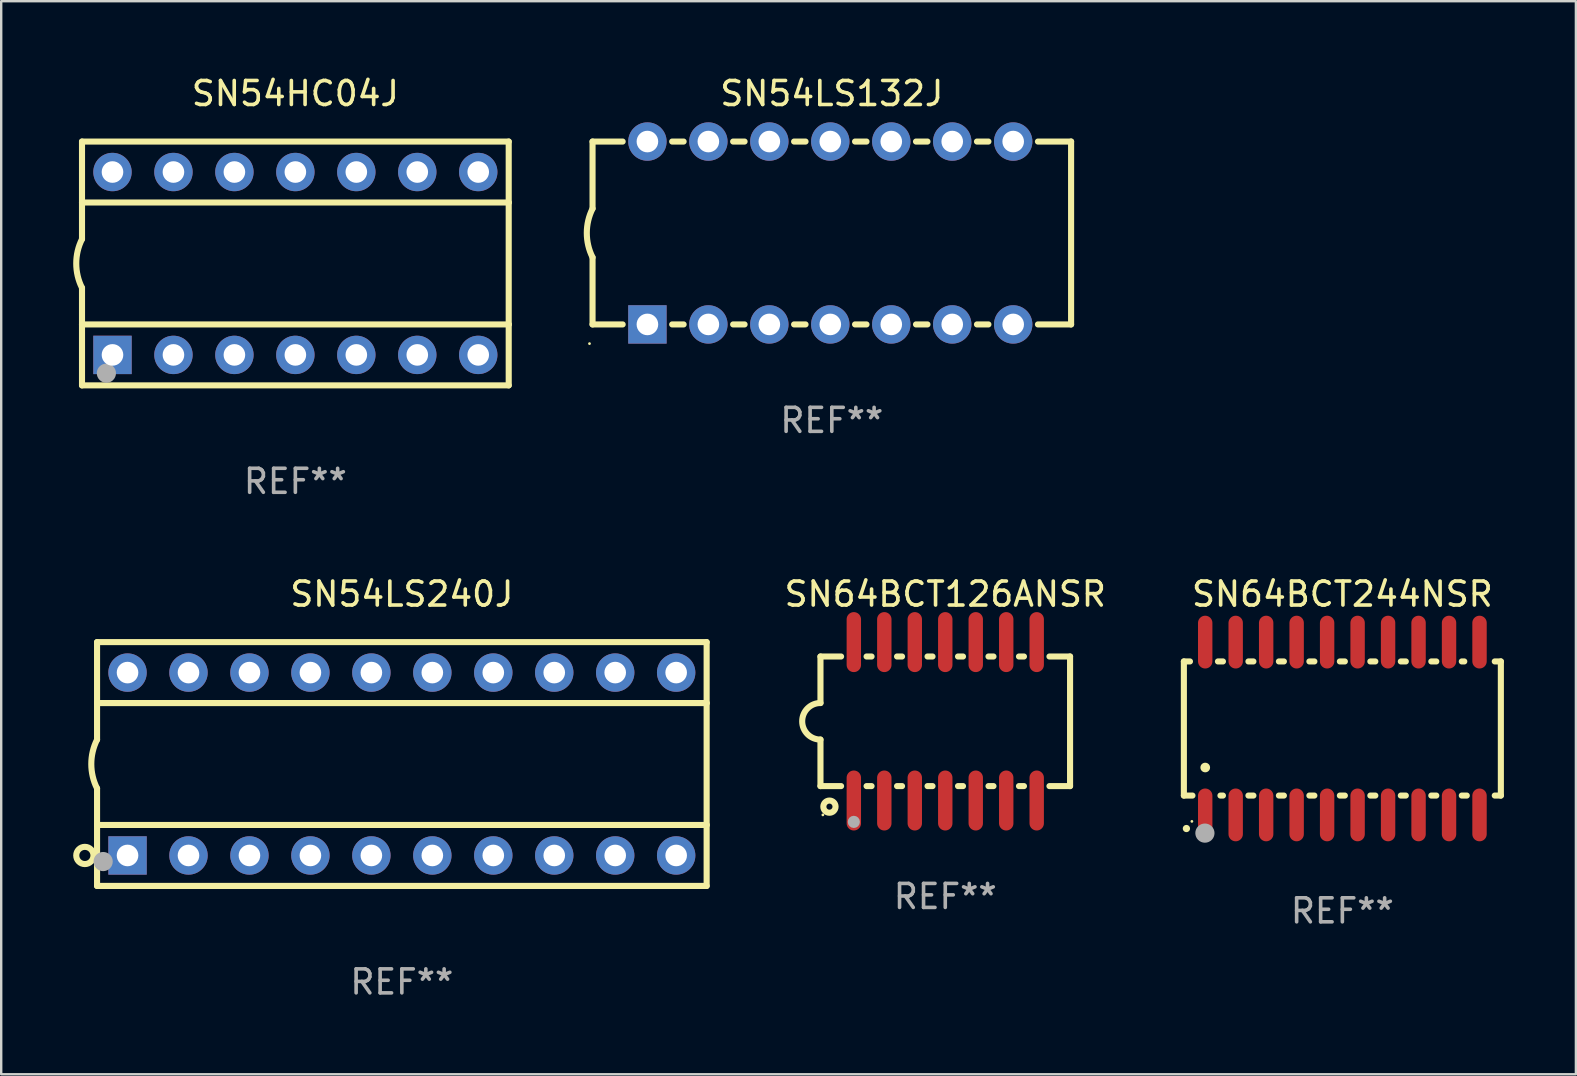
<source format=kicad_pcb>
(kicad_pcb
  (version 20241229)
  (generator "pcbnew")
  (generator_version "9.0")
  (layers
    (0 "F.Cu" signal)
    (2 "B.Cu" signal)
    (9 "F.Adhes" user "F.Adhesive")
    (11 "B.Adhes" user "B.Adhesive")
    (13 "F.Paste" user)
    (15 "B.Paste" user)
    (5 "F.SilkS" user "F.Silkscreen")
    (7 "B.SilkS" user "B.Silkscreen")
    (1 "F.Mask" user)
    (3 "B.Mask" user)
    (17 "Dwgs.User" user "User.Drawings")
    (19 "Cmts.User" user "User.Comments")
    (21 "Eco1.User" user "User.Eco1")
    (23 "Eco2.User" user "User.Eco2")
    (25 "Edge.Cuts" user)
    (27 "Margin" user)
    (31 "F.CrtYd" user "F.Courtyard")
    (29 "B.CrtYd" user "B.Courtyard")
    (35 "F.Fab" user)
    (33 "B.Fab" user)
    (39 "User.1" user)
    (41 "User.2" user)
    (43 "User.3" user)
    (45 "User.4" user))
  (footprint "SN54HC04J"
    (layer "F.Cu")
    (at 9.257 7.928)
    (property "Reference" "SN54HC04J" (at 0 -7.08 0) (layer "F.SilkS") (effects (font (size 1 1) (thickness 0.15))))
    (attr through_hole)
    (fp_line (start -8.89 -5.08) (end -8.89 -2.54) (stroke (width 0.254) (type solid)) (layer "F.SilkS"))
    (fp_line (start -8.89 -2.54) (end -8.89 -1.016) (stroke (width 0.254) (type solid)) (layer "F.SilkS"))
    (fp_line (start -8.89 -2.54) (end 8.89 -2.54) (stroke (width 0.254) (type solid)) (layer "F.SilkS"))
    (fp_line (start -8.89 2.54) (end -8.89 1.016) (stroke (width 0.254) (type solid)) (layer "F.SilkS"))
    (fp_line (start -8.89 2.54) (end 8.89 2.54) (stroke (width 0.254) (type solid)) (layer "F.SilkS"))
    (fp_line (start -8.89 5.08) (end -8.89 2.54) (stroke (width 0.254) (type solid)) (layer "F.SilkS"))
    (fp_line (start -8.89 5.08) (end 8.89 5.08) (stroke (width 0.254) (type solid)) (layer "F.SilkS"))
    (fp_line (start 8.89 -5.08) (end -8.89 -5.08) (stroke (width 0.254) (type solid)) (layer "F.SilkS"))
    (fp_line (start 8.89 -5.08) (end 8.89 -2.54) (stroke (width 0.254) (type solid)) (layer "F.SilkS"))
    (fp_line (start 8.89 -2.54) (end 8.89 2.54) (stroke (width 0.254) (type solid)) (layer "F.SilkS"))
    (fp_line (start 8.89 2.54) (end 8.89 5.08) (stroke (width 0.254) (type solid)) (layer "F.SilkS"))
    (fp_arc (start -8.89 1.016) (mid -9.129845 0) (end -8.89 -1.016) (stroke (width 0.254001) (type solid)) (layer "F.SilkS"))
    (fp_circle (center -8.89 5.05) (end -8.86 5.05) (stroke (width 0.06) (type solid)) (fill no) (layer "F.SilkS"))
    (fp_circle (center -7.874 4.572) (end -7.674 4.572) (stroke (width 0.4) (type solid)) (fill no) (layer "F.Fab"))
    (fp_text user "REF**" (at 0 9.08 0) (layer "F.Fab") (effects (font (size 1 1) (thickness 0.15))))
    (pad "1" thru_hole rect (at -7.62 3.81) (size 1.6 1.6) (drill 0.9) (layers "*.Cu" "*.Mask"))
    (pad "2" thru_hole circle (at -5.08 3.81) (size 1.6 1.6) (drill 0.9) (layers "*.Cu" "*.Mask"))
    (pad "3" thru_hole circle (at -2.54 3.81) (size 1.6 1.6) (drill 0.9) (layers "*.Cu" "*.Mask"))
    (pad "4" thru_hole circle (at 0 3.81) (size 1.6 1.6) (drill 0.9) (layers "*.Cu" "*.Mask"))
    (pad "5" thru_hole circle (at 2.54 3.81) (size 1.6 1.6) (drill 0.9) (layers "*.Cu" "*.Mask"))
    (pad "6" thru_hole circle (at 5.08 3.81) (size 1.6 1.6) (drill 0.9) (layers "*.Cu" "*.Mask"))
    (pad "7" thru_hole circle (at 7.62 3.81) (size 1.6 1.6) (drill 0.9) (layers "*.Cu" "*.Mask"))
    (pad "8" thru_hole circle (at 7.62 -3.81) (size 1.6 1.6) (drill 0.9) (layers "*.Cu" "*.Mask"))
    (pad "9" thru_hole circle (at 5.08 -3.81) (size 1.6 1.6) (drill 0.9) (layers "*.Cu" "*.Mask"))
    (pad "10" thru_hole circle (at 2.54 -3.81) (size 1.6 1.6) (drill 0.9) (layers "*.Cu" "*.Mask"))
    (pad "11" thru_hole circle (at 0 -3.81) (size 1.6 1.6) (drill 0.9) (layers "*.Cu" "*.Mask"))
    (pad "12" thru_hole circle (at -2.54 -3.81) (size 1.6 1.6) (drill 0.9) (layers "*.Cu" "*.Mask"))
    (pad "13" thru_hole circle (at -5.08 -3.81) (size 1.6 1.6) (drill 0.9) (layers "*.Cu" "*.Mask"))
    (pad "14" thru_hole circle (at -7.62 -3.81) (size 1.6 1.6) (drill 0.9) (layers "*.Cu" "*.Mask")))
  (footprint "SN54LS132J"
    (layer "F.Cu")
    (at 31.61 6.658)
    (property "Reference" "SN54LS132J" (at 0 -5.81 0) (layer "F.SilkS") (effects (font (size 1 1) (thickness 0.15))))
    (attr through_hole)
    (fp_line (start -9.97 -3.81) (end -9.97 -1.016) (stroke (width 0.254) (type solid)) (layer "F.SilkS"))
    (fp_line (start -9.97 -3.81) (end -8.715 -3.81) (stroke (width 0.254) (type solid)) (layer "F.SilkS"))
    (fp_line (start -9.97 3.81) (end -9.97 1.016) (stroke (width 0.254) (type solid)) (layer "F.SilkS"))
    (fp_line (start -8.715 3.81) (end -9.97 3.81) (stroke (width 0.254) (type solid)) (layer "F.SilkS"))
    (fp_line (start -6.652 -3.81) (end -6.175 -3.81) (stroke (width 0.254) (type solid)) (layer "F.SilkS"))
    (fp_line (start -6.175 3.81) (end -6.652 3.81) (stroke (width 0.254) (type solid)) (layer "F.SilkS"))
    (fp_line (start -4.112 -3.81) (end -3.635 -3.81) (stroke (width 0.254) (type solid)) (layer "F.SilkS"))
    (fp_line (start -3.635 3.81) (end -4.112 3.81) (stroke (width 0.254) (type solid)) (layer "F.SilkS"))
    (fp_line (start -1.572 -3.81) (end -1.095 -3.81) (stroke (width 0.254) (type solid)) (layer "F.SilkS"))
    (fp_line (start -1.095 3.81) (end -1.572 3.81) (stroke (width 0.254) (type solid)) (layer "F.SilkS"))
    (fp_line (start 0.968 -3.81) (end 1.445 -3.81) (stroke (width 0.254) (type solid)) (layer "F.SilkS"))
    (fp_line (start 1.445 3.81) (end 0.968 3.81) (stroke (width 0.254) (type solid)) (layer "F.SilkS"))
    (fp_line (start 3.508 -3.81) (end 3.985 -3.81) (stroke (width 0.254) (type solid)) (layer "F.SilkS"))
    (fp_line (start 3.985 3.81) (end 3.508 3.81) (stroke (width 0.254) (type solid)) (layer "F.SilkS"))
    (fp_line (start 6.048 -3.81) (end 6.525 -3.81) (stroke (width 0.254) (type solid)) (layer "F.SilkS"))
    (fp_line (start 6.525 3.81) (end 6.048 3.81) (stroke (width 0.254) (type solid)) (layer "F.SilkS"))
    (fp_line (start 8.588 -3.81) (end 9.97 -3.81) (stroke (width 0.254) (type solid)) (layer "F.SilkS"))
    (fp_line (start 9.97 -3.81) (end 9.97 3.81) (stroke (width 0.254) (type solid)) (layer "F.SilkS"))
    (fp_line (start 9.97 3.81) (end 8.588 3.81) (stroke (width 0.254) (type solid)) (layer "F.SilkS"))
    (fp_arc (start -9.96952 1.016002) (mid -10.209366 0) (end -9.96952 -1.016002) (stroke (width 0.254001) (type solid)) (layer "F.SilkS"))
    (fp_circle (center -10.097 4.61) (end -10.067 4.61) (stroke (width 0.06) (type solid)) (fill no) (layer "F.SilkS"))
    (fp_text user "REF**" (at 0 7.81 0) (layer "F.Fab") (effects (font (size 1 1) (thickness 0.15))))
    (pad "1" thru_hole rect (at -7.684 3.81) (size 1.6 1.6) (drill 0.9) (layers "*.Cu" "*.Mask"))
    (pad "2" thru_hole circle (at -5.144 3.81) (size 1.6 1.6) (drill 0.9) (layers "*.Cu" "*.Mask"))
    (pad "3" thru_hole circle (at -2.604 3.81) (size 1.6 1.6) (drill 0.9) (layers "*.Cu" "*.Mask"))
    (pad "4" thru_hole circle (at -0.064 3.81) (size 1.6 1.6) (drill 0.9) (layers "*.Cu" "*.Mask"))
    (pad "5" thru_hole circle (at 2.477 3.81) (size 1.6 1.6) (drill 0.9) (layers "*.Cu" "*.Mask"))
    (pad "6" thru_hole circle (at 5.017 3.81) (size 1.6 1.6) (drill 0.9) (layers "*.Cu" "*.Mask"))
    (pad "7" thru_hole circle (at 7.557 3.81) (size 1.6 1.6) (drill 0.9) (layers "*.Cu" "*.Mask"))
    (pad "8" thru_hole circle (at 7.557 -3.81) (size 1.6 1.6) (drill 0.9) (layers "*.Cu" "*.Mask"))
    (pad "9" thru_hole circle (at 5.017 -3.81) (size 1.6 1.6) (drill 0.9) (layers "*.Cu" "*.Mask"))
    (pad "10" thru_hole circle (at 2.477 -3.81) (size 1.6 1.6) (drill 0.9) (layers "*.Cu" "*.Mask"))
    (pad "11" thru_hole circle (at -0.064 -3.81) (size 1.6 1.6) (drill 0.9) (layers "*.Cu" "*.Mask"))
    (pad "12" thru_hole circle (at -2.604 -3.81) (size 1.6 1.6) (drill 0.9) (layers "*.Cu" "*.Mask"))
    (pad "13" thru_hole circle (at -5.144 -3.81) (size 1.6 1.6) (drill 0.9) (layers "*.Cu" "*.Mask"))
    (pad "14" thru_hole circle (at -7.684 -3.81) (size 1.6 1.6) (drill 0.9) (layers "*.Cu" "*.Mask")))
  (footprint "SN64BCT126ANSR"
    (layer "F.Cu")
    (at 36.337 27.005)
    (property "Reference" "SN64BCT126ANSR" (at 0 -5.3 0) (layer "F.SilkS") (effects (font (size 1 1) (thickness 0.15))))
    (attr through_hole)
    (fp_line (start -5.2 -2.7) (end -5.2 -0.762) (stroke (width 0.254) (type solid)) (layer "F.SilkS"))
    (fp_line (start -5.2 -2.7) (end -4.341 -2.7) (stroke (width 0.254) (type solid)) (layer "F.SilkS"))
    (fp_line (start -5.2 2.7) (end -5.2 0.762) (stroke (width 0.254) (type solid)) (layer "F.SilkS"))
    (fp_line (start -4.341 2.7) (end -5.2 2.7) (stroke (width 0.254) (type solid)) (layer "F.SilkS"))
    (fp_line (start -3.279 -2.7) (end -3.071 -2.7) (stroke (width 0.254) (type solid)) (layer "F.SilkS"))
    (fp_line (start -3.071 2.7) (end -3.279 2.7) (stroke (width 0.254) (type solid)) (layer "F.SilkS"))
    (fp_line (start -2.009 -2.7) (end -1.801 -2.7) (stroke (width 0.254) (type solid)) (layer "F.SilkS"))
    (fp_line (start -1.801 2.7) (end -2.009 2.7) (stroke (width 0.254) (type solid)) (layer "F.SilkS"))
    (fp_line (start -0.739 -2.7) (end -0.531 -2.7) (stroke (width 0.254) (type solid)) (layer "F.SilkS"))
    (fp_line (start -0.531 2.7) (end -0.739 2.7) (stroke (width 0.254) (type solid)) (layer "F.SilkS"))
    (fp_line (start 0.531 -2.7) (end 0.739 -2.7) (stroke (width 0.254) (type solid)) (layer "F.SilkS"))
    (fp_line (start 0.739 2.7) (end 0.531 2.7) (stroke (width 0.254) (type solid)) (layer "F.SilkS"))
    (fp_line (start 1.801 -2.7) (end 2.009 -2.7) (stroke (width 0.254) (type solid)) (layer "F.SilkS"))
    (fp_line (start 2.009 2.7) (end 1.801 2.7) (stroke (width 0.254) (type solid)) (layer "F.SilkS"))
    (fp_line (start 3.071 -2.7) (end 3.279 -2.7) (stroke (width 0.254) (type solid)) (layer "F.SilkS"))
    (fp_line (start 3.279 2.7) (end 3.071 2.7) (stroke (width 0.254) (type solid)) (layer "F.SilkS"))
    (fp_line (start 4.341 -2.7) (end 5.2 -2.7) (stroke (width 0.254) (type solid)) (layer "F.SilkS"))
    (fp_line (start 5.2 2.7) (end 4.341 2.7) (stroke (width 0.254) (type solid)) (layer "F.SilkS"))
    (fp_line (start 5.2 2.7) (end 5.2 -2.7) (stroke (width 0.254) (type solid)) (layer "F.SilkS"))
    (fp_arc (start -5.2 0.762002) (mid -5.961393 -0.000305) (end -5.199391 -0.762002) (stroke (width 0.254001) (type solid)) (layer "F.SilkS"))
    (fp_circle (center -5.1 3.9) (end -5.07 3.9) (stroke (width 0.06) (type solid)) (fill no) (layer "F.SilkS"))
    (fp_circle (center -4.826 3.556) (end -4.572 3.556) (stroke (width 0.254) (type solid)) (fill no) (layer "F.SilkS"))
    (fp_circle (center -3.81 4.191) (end -3.683 4.191) (stroke (width 0.254) (type solid)) (fill no) (layer "F.Fab"))
    (fp_text user "REF**" (at 0 7.3 0) (layer "F.Fab") (effects (font (size 1 1) (thickness 0.15))))
    (pad "1" smd oval (at -3.81 3.3) (size 0.6 2.5) (layers "F.Cu" "F.Mask" "F.Paste"))
    (pad "2" smd oval (at -2.54 3.3) (size 0.6 2.5) (layers "F.Cu" "F.Mask" "F.Paste"))
    (pad "3" smd oval (at -1.27 3.3) (size 0.6 2.5) (layers "F.Cu" "F.Mask" "F.Paste"))
    (pad "4" smd oval (at 0 3.3) (size 0.6 2.5) (layers "F.Cu" "F.Mask" "F.Paste"))
    (pad "5" smd oval (at 1.27 3.3) (size 0.6 2.5) (layers "F.Cu" "F.Mask" "F.Paste"))
    (pad "6" smd oval (at 2.54 3.3) (size 0.6 2.5) (layers "F.Cu" "F.Mask" "F.Paste"))
    (pad "7" smd oval (at 3.81 3.3) (size 0.6 2.5) (layers "F.Cu" "F.Mask" "F.Paste"))
    (pad "8" smd oval (at 3.81 -3.3) (size 0.6 2.5) (layers "F.Cu" "F.Mask" "F.Paste"))
    (pad "9" smd oval (at 2.54 -3.3) (size 0.6 2.5) (layers "F.Cu" "F.Mask" "F.Paste"))
    (pad "10" smd oval (at 1.27 -3.3) (size 0.6 2.5) (layers "F.Cu" "F.Mask" "F.Paste"))
    (pad "11" smd oval (at 0 -3.3) (size 0.6 2.5) (layers "F.Cu" "F.Mask" "F.Paste"))
    (pad "12" smd oval (at -1.27 -3.3) (size 0.6 2.5) (layers "F.Cu" "F.Mask" "F.Paste"))
    (pad "13" smd oval (at -2.54 -3.3) (size 0.6 2.5) (layers "F.Cu" "F.Mask" "F.Paste"))
    (pad "14" smd oval (at -3.81 -3.3) (size 0.6 2.5) (layers "F.Cu" "F.Mask" "F.Paste")))
  (footprint "SN64BCT244NSR"
    (layer "F.Cu")
    (at 52.883 27.305)
    (property "Reference" "SN64BCT244NSR" (at 0 -5.6 0) (layer "F.SilkS") (effects (font (size 1 1) (thickness 0.15))))
    (attr through_hole)
    (fp_line (start -6.604 -2.794) (end -6.604 2.794) (stroke (width 0.254) (type solid)) (layer "F.SilkS"))
    (fp_line (start -6.604 2.794) (end -6.246 2.794) (stroke (width 0.254) (type solid)) (layer "F.SilkS"))
    (fp_line (start -6.35 -2.794) (end -6.604 -2.794) (stroke (width 0.254) (type solid)) (layer "F.SilkS"))
    (fp_line (start -5.184 -2.794) (end -4.976 -2.794) (stroke (width 0.254) (type solid)) (layer "F.SilkS"))
    (fp_line (start -5.08 2.794) (end -4.976 2.794) (stroke (width 0.254) (type solid)) (layer "F.SilkS"))
    (fp_line (start -3.914 -2.794) (end -3.706 -2.794) (stroke (width 0.254) (type solid)) (layer "F.SilkS"))
    (fp_line (start -3.914 2.794) (end -3.706 2.794) (stroke (width 0.254) (type solid)) (layer "F.SilkS"))
    (fp_line (start -2.644 -2.794) (end -2.436 -2.794) (stroke (width 0.254) (type solid)) (layer "F.SilkS"))
    (fp_line (start -2.644 2.794) (end -2.436 2.794) (stroke (width 0.254) (type solid)) (layer "F.SilkS"))
    (fp_line (start -1.374 -2.794) (end -1.166 -2.794) (stroke (width 0.254) (type solid)) (layer "F.SilkS"))
    (fp_line (start -1.374 2.794) (end -1.166 2.794) (stroke (width 0.254) (type solid)) (layer "F.SilkS"))
    (fp_line (start -0.104 -2.794) (end 0.104 -2.794) (stroke (width 0.254) (type solid)) (layer "F.SilkS"))
    (fp_line (start -0.104 2.794) (end 0.104 2.794) (stroke (width 0.254) (type solid)) (layer "F.SilkS"))
    (fp_line (start 1.166 -2.794) (end 1.374 -2.794) (stroke (width 0.254) (type solid)) (layer "F.SilkS"))
    (fp_line (start 1.166 2.794) (end 1.374 2.794) (stroke (width 0.254) (type solid)) (layer "F.SilkS"))
    (fp_line (start 2.436 -2.794) (end 2.644 -2.794) (stroke (width 0.254) (type solid)) (layer "F.SilkS"))
    (fp_line (start 2.436 2.794) (end 2.644 2.794) (stroke (width 0.254) (type solid)) (layer "F.SilkS"))
    (fp_line (start 3.706 -2.794) (end 3.914 -2.794) (stroke (width 0.254) (type solid)) (layer "F.SilkS"))
    (fp_line (start 3.706 2.794) (end 3.914 2.794) (stroke (width 0.254) (type solid)) (layer "F.SilkS"))
    (fp_line (start 4.976 -2.794) (end 5.08 -2.794) (stroke (width 0.254) (type solid)) (layer "F.SilkS"))
    (fp_line (start 4.976 2.794) (end 5.184 2.794) (stroke (width 0.254) (type solid)) (layer "F.SilkS"))
    (fp_line (start 6.35 -2.794) (end 6.604 -2.794) (stroke (width 0.254) (type solid)) (layer "F.SilkS"))
    (fp_line (start 6.604 -2.794) (end 6.604 2.794) (stroke (width 0.254) (type solid)) (layer "F.SilkS"))
    (fp_line (start 6.604 2.794) (end 6.35 2.794) (stroke (width 0.254) (type solid)) (layer "F.SilkS"))
    (fp_arc (start -6.499619 4.167793) (mid -6.498349 4.167788) (end -6.497079 4.167793) (stroke (width 0.3) (type solid)) (layer "F.SilkS"))
    (fp_arc (start -5.715011 1.625603) (mid -5.713741 1.625599) (end -5.712471 1.625603) (stroke (width 0.4) (type solid)) (layer "F.SilkS"))
    (fp_circle (center -6.27 3.87) (end -6.24 3.87) (stroke (width 0.06) (type solid)) (fill no) (layer "F.SilkS"))
    (fp_circle (center -5.727 4.359) (end -5.527 4.359) (stroke (width 0.4) (type solid)) (fill no) (layer "F.Fab"))
    (fp_text user "REF**" (at 0 7.6 0) (layer "F.Fab") (effects (font (size 1 1) (thickness 0.15))))
    (pad "1" smd oval (at -5.715 3.6) (size 0.6 2.2) (layers "F.Cu" "F.Mask" "F.Paste"))
    (pad "2" smd oval (at -4.445 3.6) (size 0.6 2.2) (layers "F.Cu" "F.Mask" "F.Paste"))
    (pad "3" smd oval (at -3.175 3.6) (size 0.6 2.2) (layers "F.Cu" "F.Mask" "F.Paste"))
    (pad "4" smd oval (at -1.905 3.6) (size 0.6 2.2) (layers "F.Cu" "F.Mask" "F.Paste"))
    (pad "5" smd oval (at -0.635 3.6) (size 0.6 2.2) (layers "F.Cu" "F.Mask" "F.Paste"))
    (pad "6" smd oval (at 0.635 3.6) (size 0.6 2.2) (layers "F.Cu" "F.Mask" "F.Paste"))
    (pad "7" smd oval (at 1.905 3.6) (size 0.6 2.2) (layers "F.Cu" "F.Mask" "F.Paste"))
    (pad "8" smd oval (at 3.175 3.6) (size 0.6 2.2) (layers "F.Cu" "F.Mask" "F.Paste"))
    (pad "9" smd oval (at 4.445 3.6) (size 0.6 2.2) (layers "F.Cu" "F.Mask" "F.Paste"))
    (pad "10" smd oval (at 5.715 3.6) (size 0.6 2.2) (layers "F.Cu" "F.Mask" "F.Paste"))
    (pad "11" smd oval (at 5.715 -3.6 180) (size 0.6 2.2) (layers "F.Cu" "F.Mask" "F.Paste"))
    (pad "12" smd oval (at 4.445 -3.6 180) (size 0.6 2.2) (layers "F.Cu" "F.Mask" "F.Paste"))
    (pad "13" smd oval (at 3.175 -3.6 180) (size 0.6 2.2) (layers "F.Cu" "F.Mask" "F.Paste"))
    (pad "14" smd oval (at 1.905 -3.6 180) (size 0.6 2.2) (layers "F.Cu" "F.Mask" "F.Paste"))
    (pad "15" smd oval (at 0.635 -3.6 180) (size 0.6 2.2) (layers "F.Cu" "F.Mask" "F.Paste"))
    (pad "16" smd oval (at -0.635 -3.6 180) (size 0.6 2.2) (layers "F.Cu" "F.Mask" "F.Paste"))
    (pad "17" smd oval (at -1.905 -3.6 180) (size 0.6 2.2) (layers "F.Cu" "F.Mask" "F.Paste"))
    (pad "18" smd oval (at -3.175 -3.6 180) (size 0.6 2.2) (layers "F.Cu" "F.Mask" "F.Paste"))
    (pad "19" smd oval (at -4.445 -3.6 180) (size 0.6 2.2) (layers "F.Cu" "F.Mask" "F.Paste"))
    (pad "20" smd oval (at -5.715 -3.6 180) (size 0.6 2.2) (layers "F.Cu" "F.Mask" "F.Paste")))
  (footprint "SN54LS240J"
    (layer "F.Cu")
    (at 13.694 28.785)
    (property "Reference" "SN54LS240J" (at 0 -7.08 0) (layer "F.SilkS") (effects (font (size 1 1) (thickness 0.15))))
    (attr through_hole)
    (fp_line (start -12.7 -5.08) (end -12.7 -2.54) (stroke (width 0.254) (type solid)) (layer "F.SilkS"))
    (fp_line (start -12.7 -2.54) (end -12.7 -1.016) (stroke (width 0.254) (type solid)) (layer "F.SilkS"))
    (fp_line (start -12.7 -2.54) (end 12.7 -2.54) (stroke (width 0.254) (type solid)) (layer "F.SilkS"))
    (fp_line (start -12.7 2.54) (end -12.7 1.016) (stroke (width 0.254) (type solid)) (layer "F.SilkS"))
    (fp_line (start -12.7 2.54) (end 12.7 2.54) (stroke (width 0.254) (type solid)) (layer "F.SilkS"))
    (fp_line (start -12.7 5.08) (end -12.7 2.54) (stroke (width 0.254) (type solid)) (layer "F.SilkS"))
    (fp_line (start -12.7 5.08) (end 12.7 5.08) (stroke (width 0.254) (type solid)) (layer "F.SilkS"))
    (fp_line (start 12.7 -5.08) (end -12.7 -5.08) (stroke (width 0.254) (type solid)) (layer "F.SilkS"))
    (fp_line (start 12.7 -5.08) (end 12.7 -2.54) (stroke (width 0.254) (type solid)) (layer "F.SilkS"))
    (fp_line (start 12.7 -2.54) (end 12.7 2.54) (stroke (width 0.254) (type solid)) (layer "F.SilkS"))
    (fp_line (start 12.7 2.54) (end 12.7 5.08) (stroke (width 0.254) (type solid)) (layer "F.SilkS"))
    (fp_arc (start -12.7 1.016) (mid -12.939845 0) (end -12.7 -1.016) (stroke (width 0.254001) (type solid)) (layer "F.SilkS"))
    (fp_circle (center -13.208 3.81) (end -12.849 3.81) (stroke (width 0.254) (type solid)) (fill no) (layer "F.SilkS"))
    (fp_circle (center -12.7 5.1) (end -12.67 5.1) (stroke (width 0.06) (type solid)) (fill no) (layer "F.SilkS"))
    (fp_circle (center -12.446 4.064) (end -12.246 4.064) (stroke (width 0.4) (type solid)) (fill no) (layer "F.Fab"))
    (fp_text user "REF**" (at 0 9.08 0) (layer "F.Fab") (effects (font (size 1 1) (thickness 0.15))))
    (pad "1" thru_hole rect (at -11.43 3.81) (size 1.6 1.6) (drill 0.9) (layers "*.Cu" "*.Mask"))
    (pad "2" thru_hole circle (at -8.89 3.81) (size 1.6 1.6) (drill 0.9) (layers "*.Cu" "*.Mask"))
    (pad "3" thru_hole circle (at -6.35 3.81) (size 1.6 1.6) (drill 0.9) (layers "*.Cu" "*.Mask"))
    (pad "4" thru_hole circle (at -3.81 3.81) (size 1.6 1.6) (drill 0.9) (layers "*.Cu" "*.Mask"))
    (pad "5" thru_hole circle (at -1.27 3.81) (size 1.6 1.6) (drill 0.9) (layers "*.Cu" "*.Mask"))
    (pad "6" thru_hole circle (at 1.27 3.81) (size 1.6 1.6) (drill 0.9) (layers "*.Cu" "*.Mask"))
    (pad "7" thru_hole circle (at 3.81 3.81) (size 1.6 1.6) (drill 0.9) (layers "*.Cu" "*.Mask"))
    (pad "8" thru_hole circle (at 6.35 3.81) (size 1.6 1.6) (drill 0.9) (layers "*.Cu" "*.Mask"))
    (pad "9" thru_hole circle (at 8.89 3.81) (size 1.6 1.6) (drill 0.9) (layers "*.Cu" "*.Mask"))
    (pad "10" thru_hole circle (at 11.43 3.81) (size 1.6 1.6) (drill 0.9) (layers "*.Cu" "*.Mask"))
    (pad "11" thru_hole circle (at 11.43 -3.81) (size 1.6 1.6) (drill 0.9) (layers "*.Cu" "*.Mask"))
    (pad "12" thru_hole circle (at 8.89 -3.81) (size 1.6 1.6) (drill 0.9) (layers "*.Cu" "*.Mask"))
    (pad "13" thru_hole circle (at 6.35 -3.81) (size 1.6 1.6) (drill 0.9) (layers "*.Cu" "*.Mask"))
    (pad "14" thru_hole circle (at 3.81 -3.81) (size 1.6 1.6) (drill 0.9) (layers "*.Cu" "*.Mask"))
    (pad "15" thru_hole circle (at 1.27 -3.81) (size 1.6 1.6) (drill 0.9) (layers "*.Cu" "*.Mask"))
    (pad "16" thru_hole circle (at -1.27 -3.81) (size 1.6 1.6) (drill 0.9) (layers "*.Cu" "*.Mask"))
    (pad "17" thru_hole circle (at -3.81 -3.81) (size 1.6 1.6) (drill 0.9) (layers "*.Cu" "*.Mask"))
    (pad "18" thru_hole circle (at -6.35 -3.81) (size 1.6 1.6) (drill 0.9) (layers "*.Cu" "*.Mask"))
    (pad "19" thru_hole circle (at -8.89 -3.81) (size 1.6 1.6) (drill 0.9) (layers "*.Cu" "*.Mask"))
    (pad "20" thru_hole circle (at -11.43 -3.81) (size 1.6 1.6) (drill 0.9) (layers "*.Cu" "*.Mask")))
  (gr_rect
    (start -3 -3)
    (end 62.614 41.713)
    (stroke (width 0.1) (type default))
    (fill no)
    (layer "Edge.Cuts")))
</source>
